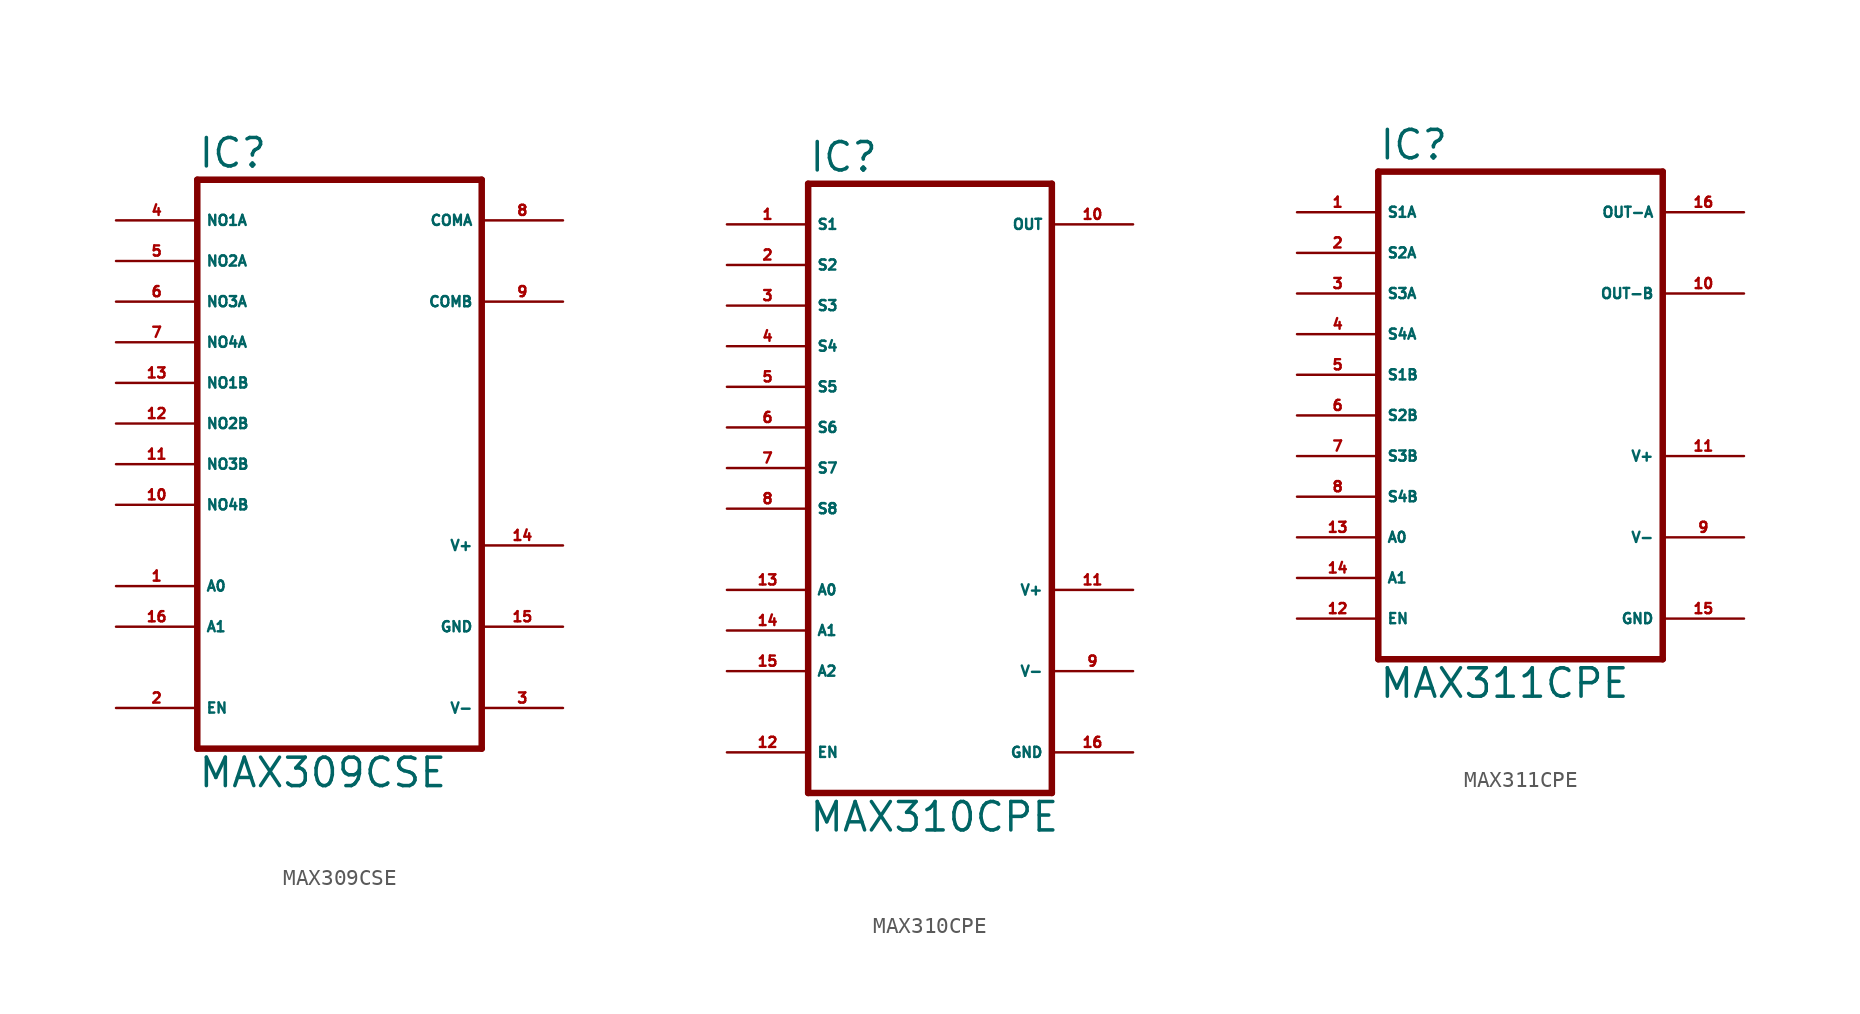
<source format=kicad_sym>
(kicad_symbol_lib
  (version 20220914)
  (generator Eagle2Kicad)
  (symbol "MAX309CSE"
    (property "Reference" "IC"
      (at -10.16 18.415 0)
      (effects (font (size 1.778 1.778) (thickness 0.22)) (justify left bottom)))
    (property "Value" "MAX309CSE"
      (at -10.16 -20.32 0)
      (effects (font (size 1.778 1.778) (thickness 0.22)) (justify left bottom)))
    (polyline
      (pts (xy -10.16 -17.78) (xy 7.62 -17.78))
      (stroke (width 0.406) (type default))
      (fill (type none)))
    (polyline
      (pts (xy 7.62 -17.78) (xy 7.62 17.78))
      (stroke (width 0.406) (type default))
      (fill (type none)))
    (polyline
      (pts (xy 7.62 17.78) (xy -10.16 17.78))
      (stroke (width 0.406) (type default))
      (fill (type none)))
    (polyline
      (pts (xy -10.16 17.78) (xy -10.16 -17.78))
      (stroke (width 0.406) (type default))
      (fill (type none)))
    (pin passive line
      (at -15.24 5.08 0)
      (length 5.08)
      (name "NO1B" (effects (font (size 0.635 0.635) (thickness 0.08)) (justify left bottom)))
      (number "13" (effects (font (size 0.635 0.635) (thickness 0.08)) (justify left bottom))))
    (pin passive line
      (at -15.24 2.54 0)
      (length 5.08)
      (name "NO2B" (effects (font (size 0.635 0.635) (thickness 0.08)) (justify left bottom)))
      (number "12" (effects (font (size 0.635 0.635) (thickness 0.08)) (justify left bottom))))
    (pin passive line
      (at -15.24 0 0)
      (length 5.08)
      (name "NO3B" (effects (font (size 0.635 0.635) (thickness 0.08)) (justify left bottom)))
      (number "11" (effects (font (size 0.635 0.635) (thickness 0.08)) (justify left bottom))))
    (pin passive line
      (at -15.24 -2.54 0)
      (length 5.08)
      (name "NO4B" (effects (font (size 0.635 0.635) (thickness 0.08)) (justify left bottom)))
      (number "10" (effects (font (size 0.635 0.635) (thickness 0.08)) (justify left bottom))))
    (pin passive line
      (at -15.24 12.7 0)
      (length 5.08)
      (name "NO2A" (effects (font (size 0.635 0.635) (thickness 0.08)) (justify left bottom)))
      (number "5" (effects (font (size 0.635 0.635) (thickness 0.08)) (justify left bottom))))
    (pin passive line
      (at -15.24 10.16 0)
      (length 5.08)
      (name "NO3A" (effects (font (size 0.635 0.635) (thickness 0.08)) (justify left bottom)))
      (number "6" (effects (font (size 0.635 0.635) (thickness 0.08)) (justify left bottom))))
    (pin passive line
      (at -15.24 7.62 0)
      (length 5.08)
      (name "NO4A" (effects (font (size 0.635 0.635) (thickness 0.08)) (justify left bottom)))
      (number "7" (effects (font (size 0.635 0.635) (thickness 0.08)) (justify left bottom))))
    (pin passive line
      (at -15.24 15.24 0)
      (length 5.08)
      (name "NO1A" (effects (font (size 0.635 0.635) (thickness 0.08)) (justify left bottom)))
      (number "4" (effects (font (size 0.635 0.635) (thickness 0.08)) (justify left bottom))))
    (pin input line
      (at -15.24 -7.62 0)
      (length 5.08)
      (name "A0" (effects (font (size 0.635 0.635) (thickness 0.08)) (justify left bottom)))
      (number "1" (effects (font (size 0.635 0.635) (thickness 0.08)) (justify left bottom))))
    (pin input line
      (at -15.24 -10.16 0)
      (length 5.08)
      (name "A1" (effects (font (size 0.635 0.635) (thickness 0.08)) (justify left bottom)))
      (number "16" (effects (font (size 0.635 0.635) (thickness 0.08)) (justify left bottom))))
    (pin passive line
      (at 12.7 10.16 180)
      (length 5.08)
      (name "COMB" (effects (font (size 0.635 0.635) (thickness 0.08)) (justify left bottom)))
      (number "9" (effects (font (size 0.635 0.635) (thickness 0.08)) (justify left bottom))))
    (pin input line
      (at -15.24 -15.24 0)
      (length 5.08)
      (name "EN" (effects (font (size 0.635 0.635) (thickness 0.08)) (justify left bottom)))
      (number "2" (effects (font (size 0.635 0.635) (thickness 0.08)) (justify left bottom))))
    (pin passive line
      (at 12.7 15.24 180)
      (length 5.08)
      (name "COMA" (effects (font (size 0.635 0.635) (thickness 0.08)) (justify left bottom)))
      (number "8" (effects (font (size 0.635 0.635) (thickness 0.08)) (justify left bottom))))
    (pin unspecified line
      (at 12.7 -15.24 180)
      (length 5.08)
      (name "V-" (effects (font (size 0.635 0.635) (thickness 0.08)) (justify left bottom)))
      (number "3" (effects (font (size 0.635 0.635) (thickness 0.08)) (justify left bottom))))
    (pin unspecified line
      (at 12.7 -10.16 180)
      (length 5.08)
      (name "GND" (effects (font (size 0.635 0.635) (thickness 0.08)) (justify left bottom)))
      (number "15" (effects (font (size 0.635 0.635) (thickness 0.08)) (justify left bottom))))
    (pin unspecified line
      (at 12.7 -5.08 180)
      (length 5.08)
      (name "V+" (effects (font (size 0.635 0.635) (thickness 0.08)) (justify left bottom)))
      (number "14" (effects (font (size 0.635 0.635) (thickness 0.08)) (justify left bottom)))))
  (symbol "MAX310CPE"
    (property "Reference" "IC"
      (at -7.62 18.415 0)
      (effects (font (size 1.778 1.778) (thickness 0.22)) (justify left bottom)))
    (property "Value" "MAX310CPE"
      (at -7.62 -22.86 0)
      (effects (font (size 1.778 1.778) (thickness 0.22)) (justify left bottom)))
    (polyline
      (pts (xy -7.62 -20.32) (xy 7.62 -20.32))
      (stroke (width 0.406) (type default))
      (fill (type none)))
    (polyline
      (pts (xy 7.62 17.78) (xy 7.62 -20.32))
      (stroke (width 0.406) (type default))
      (fill (type none)))
    (polyline
      (pts (xy 7.62 17.78) (xy -7.62 17.78))
      (stroke (width 0.406) (type default))
      (fill (type none)))
    (polyline
      (pts (xy -7.62 -20.32) (xy -7.62 17.78))
      (stroke (width 0.406) (type default))
      (fill (type none)))
    (pin passive line
      (at -12.7 15.24 0)
      (length 5.08)
      (name "S1" (effects (font (size 0.635 0.635) (thickness 0.08)) (justify left bottom)))
      (number "1" (effects (font (size 0.635 0.635) (thickness 0.08)) (justify left bottom))))
    (pin passive line
      (at -12.7 12.7 0)
      (length 5.08)
      (name "S2" (effects (font (size 0.635 0.635) (thickness 0.08)) (justify left bottom)))
      (number "2" (effects (font (size 0.635 0.635) (thickness 0.08)) (justify left bottom))))
    (pin passive line
      (at -12.7 10.16 0)
      (length 5.08)
      (name "S3" (effects (font (size 0.635 0.635) (thickness 0.08)) (justify left bottom)))
      (number "3" (effects (font (size 0.635 0.635) (thickness 0.08)) (justify left bottom))))
    (pin passive line
      (at -12.7 7.62 0)
      (length 5.08)
      (name "S4" (effects (font (size 0.635 0.635) (thickness 0.08)) (justify left bottom)))
      (number "4" (effects (font (size 0.635 0.635) (thickness 0.08)) (justify left bottom))))
    (pin passive line
      (at -12.7 5.08 0)
      (length 5.08)
      (name "S5" (effects (font (size 0.635 0.635) (thickness 0.08)) (justify left bottom)))
      (number "5" (effects (font (size 0.635 0.635) (thickness 0.08)) (justify left bottom))))
    (pin passive line
      (at -12.7 2.54 0)
      (length 5.08)
      (name "S6" (effects (font (size 0.635 0.635) (thickness 0.08)) (justify left bottom)))
      (number "6" (effects (font (size 0.635 0.635) (thickness 0.08)) (justify left bottom))))
    (pin passive line
      (at -12.7 0 0)
      (length 5.08)
      (name "S7" (effects (font (size 0.635 0.635) (thickness 0.08)) (justify left bottom)))
      (number "7" (effects (font (size 0.635 0.635) (thickness 0.08)) (justify left bottom))))
    (pin passive line
      (at -12.7 -2.54 0)
      (length 5.08)
      (name "S8" (effects (font (size 0.635 0.635) (thickness 0.08)) (justify left bottom)))
      (number "8" (effects (font (size 0.635 0.635) (thickness 0.08)) (justify left bottom))))
    (pin input line
      (at -12.7 -7.62 0)
      (length 5.08)
      (name "A0" (effects (font (size 0.635 0.635) (thickness 0.08)) (justify left bottom)))
      (number "13" (effects (font (size 0.635 0.635) (thickness 0.08)) (justify left bottom))))
    (pin input line
      (at -12.7 -10.16 0)
      (length 5.08)
      (name "A1" (effects (font (size 0.635 0.635) (thickness 0.08)) (justify left bottom)))
      (number "14" (effects (font (size 0.635 0.635) (thickness 0.08)) (justify left bottom))))
    (pin input line
      (at -12.7 -12.7 0)
      (length 5.08)
      (name "A2" (effects (font (size 0.635 0.635) (thickness 0.08)) (justify left bottom)))
      (number "15" (effects (font (size 0.635 0.635) (thickness 0.08)) (justify left bottom))))
    (pin passive line
      (at 12.7 15.24 180)
      (length 5.08)
      (name "OUT" (effects (font (size 0.635 0.635) (thickness 0.08)) (justify left bottom)))
      (number "10" (effects (font (size 0.635 0.635) (thickness 0.08)) (justify left bottom))))
    (pin input line
      (at -12.7 -17.78 0)
      (length 5.08)
      (name "EN" (effects (font (size 0.635 0.635) (thickness 0.08)) (justify left bottom)))
      (number "12" (effects (font (size 0.635 0.635) (thickness 0.08)) (justify left bottom))))
    (pin unspecified line
      (at 12.7 -17.78 180)
      (length 5.08)
      (name "GND" (effects (font (size 0.635 0.635) (thickness 0.08)) (justify left bottom)))
      (number "16" (effects (font (size 0.635 0.635) (thickness 0.08)) (justify left bottom))))
    (pin unspecified line
      (at 12.7 -12.7 180)
      (length 5.08)
      (name "V-" (effects (font (size 0.635 0.635) (thickness 0.08)) (justify left bottom)))
      (number "9" (effects (font (size 0.635 0.635) (thickness 0.08)) (justify left bottom))))
    (pin unspecified line
      (at 12.7 -7.62 180)
      (length 5.08)
      (name "V+" (effects (font (size 0.635 0.635) (thickness 0.08)) (justify left bottom)))
      (number "11" (effects (font (size 0.635 0.635) (thickness 0.08)) (justify left bottom)))))
  (symbol "MAX311CPE"
    (property "Reference" "IC"
      (at -10.16 18.415 0)
      (effects (font (size 1.778 1.778) (thickness 0.22)) (justify left bottom)))
    (property "Value" "MAX311CPE"
      (at -10.16 -15.24 0)
      (effects (font (size 1.778 1.778) (thickness 0.22)) (justify left bottom)))
    (polyline
      (pts (xy -10.16 -12.7) (xy 7.62 -12.7))
      (stroke (width 0.406) (type default))
      (fill (type none)))
    (polyline
      (pts (xy 7.62 17.78) (xy 7.62 -12.7))
      (stroke (width 0.406) (type default))
      (fill (type none)))
    (polyline
      (pts (xy 7.62 17.78) (xy -10.16 17.78))
      (stroke (width 0.406) (type default))
      (fill (type none)))
    (polyline
      (pts (xy -10.16 -12.7) (xy -10.16 17.78))
      (stroke (width 0.406) (type default))
      (fill (type none)))
    (pin passive line
      (at -15.24 15.24 0)
      (length 5.08)
      (name "S1A" (effects (font (size 0.635 0.635) (thickness 0.08)) (justify left bottom)))
      (number "1" (effects (font (size 0.635 0.635) (thickness 0.08)) (justify left bottom))))
    (pin passive line
      (at -15.24 12.7 0)
      (length 5.08)
      (name "S2A" (effects (font (size 0.635 0.635) (thickness 0.08)) (justify left bottom)))
      (number "2" (effects (font (size 0.635 0.635) (thickness 0.08)) (justify left bottom))))
    (pin passive line
      (at -15.24 10.16 0)
      (length 5.08)
      (name "S3A" (effects (font (size 0.635 0.635) (thickness 0.08)) (justify left bottom)))
      (number "3" (effects (font (size 0.635 0.635) (thickness 0.08)) (justify left bottom))))
    (pin passive line
      (at -15.24 7.62 0)
      (length 5.08)
      (name "S4A" (effects (font (size 0.635 0.635) (thickness 0.08)) (justify left bottom)))
      (number "4" (effects (font (size 0.635 0.635) (thickness 0.08)) (justify left bottom))))
    (pin passive line
      (at -15.24 5.08 0)
      (length 5.08)
      (name "S1B" (effects (font (size 0.635 0.635) (thickness 0.08)) (justify left bottom)))
      (number "5" (effects (font (size 0.635 0.635) (thickness 0.08)) (justify left bottom))))
    (pin passive line
      (at -15.24 2.54 0)
      (length 5.08)
      (name "S2B" (effects (font (size 0.635 0.635) (thickness 0.08)) (justify left bottom)))
      (number "6" (effects (font (size 0.635 0.635) (thickness 0.08)) (justify left bottom))))
    (pin passive line
      (at -15.24 0 0)
      (length 5.08)
      (name "S3B" (effects (font (size 0.635 0.635) (thickness 0.08)) (justify left bottom)))
      (number "7" (effects (font (size 0.635 0.635) (thickness 0.08)) (justify left bottom))))
    (pin passive line
      (at -15.24 -2.54 0)
      (length 5.08)
      (name "S4B" (effects (font (size 0.635 0.635) (thickness 0.08)) (justify left bottom)))
      (number "8" (effects (font (size 0.635 0.635) (thickness 0.08)) (justify left bottom))))
    (pin input line
      (at -15.24 -5.08 0)
      (length 5.08)
      (name "A0" (effects (font (size 0.635 0.635) (thickness 0.08)) (justify left bottom)))
      (number "13" (effects (font (size 0.635 0.635) (thickness 0.08)) (justify left bottom))))
    (pin input line
      (at -15.24 -7.62 0)
      (length 5.08)
      (name "A1" (effects (font (size 0.635 0.635) (thickness 0.08)) (justify left bottom)))
      (number "14" (effects (font (size 0.635 0.635) (thickness 0.08)) (justify left bottom))))
    (pin passive line
      (at 12.7 10.16 180)
      (length 5.08)
      (name "OUT-B" (effects (font (size 0.635 0.635) (thickness 0.08)) (justify left bottom)))
      (number "10" (effects (font (size 0.635 0.635) (thickness 0.08)) (justify left bottom))))
    (pin passive line
      (at 12.7 15.24 180)
      (length 5.08)
      (name "OUT-A" (effects (font (size 0.635 0.635) (thickness 0.08)) (justify left bottom)))
      (number "16" (effects (font (size 0.635 0.635) (thickness 0.08)) (justify left bottom))))
    (pin input line
      (at -15.24 -10.16 0)
      (length 5.08)
      (name "EN" (effects (font (size 0.635 0.635) (thickness 0.08)) (justify left bottom)))
      (number "12" (effects (font (size 0.635 0.635) (thickness 0.08)) (justify left bottom))))
    (pin unspecified line
      (at 12.7 -10.16 180)
      (length 5.08)
      (name "GND" (effects (font (size 0.635 0.635) (thickness 0.08)) (justify left bottom)))
      (number "15" (effects (font (size 0.635 0.635) (thickness 0.08)) (justify left bottom))))
    (pin unspecified line
      (at 12.7 -5.08 180)
      (length 5.08)
      (name "V-" (effects (font (size 0.635 0.635) (thickness 0.08)) (justify left bottom)))
      (number "9" (effects (font (size 0.635 0.635) (thickness 0.08)) (justify left bottom))))
    (pin unspecified line
      (at 12.7 0 180)
      (length 5.08)
      (name "V+" (effects (font (size 0.635 0.635) (thickness 0.08)) (justify left bottom)))
      (number "11" (effects (font (size 0.635 0.635) (thickness 0.08)) (justify left bottom))))))
</source>
